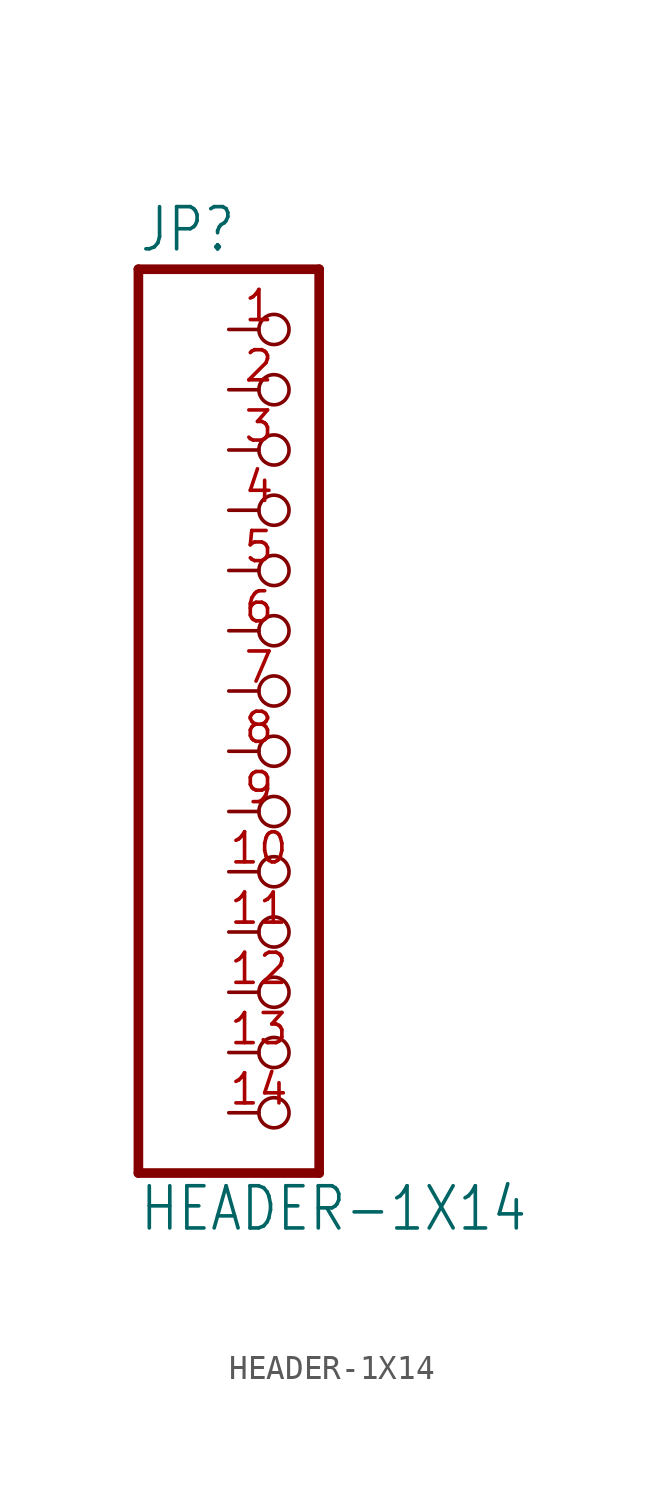
<source format=kicad_sym>
(kicad_symbol_lib
  (version 20211014)
  (generator kicad_symbol_editor)
  (symbol "HEADER-1X14"
    (property "Reference" "JP"
      (at -6.35 20.955 0)
      (effects (font (size 1.778 1.511)) (justify left bottom)))
    (property "Value" "HEADER-1X14"
      (at -6.35 -20.32 0)
      (effects (font (size 1.778 1.511)) (justify left bottom)))
    (property "ki_locked" ""
      (at 0 0 0)
      (effects (font (size 1.27 1.27))))
    (symbol "HEADER-1X14_1_0"
      (polyline (pts (xy -6.35 -17.78) (xy 1.27 -17.78)) (stroke (width 0.406) (type default) (color 0 0 0 0)) (fill (type none)))
      (polyline (pts (xy -6.35 20.32) (xy -6.35 -17.78)) (stroke (width 0.406) (type default) (color 0 0 0 0)) (fill (type none)))
      (polyline (pts (xy 1.27 -17.78) (xy 1.27 20.32)) (stroke (width 0.406) (type default) (color 0 0 0 0)) (fill (type none)))
      (polyline (pts (xy 1.27 20.32) (xy -6.35 20.32)) (stroke (width 0.406) (type default) (color 0 0 0 0)) (fill (type none)))
      (pin passive inverted (at -2.54 17.78 0) (length 2.54) (name "1" (effects (font (size 0 0)))) (number "1" (effects (font (size 1.27 1.27)))))
      (pin passive inverted (at -2.54 -5.08 0) (length 2.54) (name "10" (effects (font (size 0 0)))) (number "10" (effects (font (size 1.27 1.27)))))
      (pin passive inverted (at -2.54 -7.62 0) (length 2.54) (name "11" (effects (font (size 0 0)))) (number "11" (effects (font (size 1.27 1.27)))))
      (pin passive inverted (at -2.54 -10.16 0) (length 2.54) (name "12" (effects (font (size 0 0)))) (number "12" (effects (font (size 1.27 1.27)))))
      (pin passive inverted (at -2.54 -12.7 0) (length 2.54) (name "13" (effects (font (size 0 0)))) (number "13" (effects (font (size 1.27 1.27)))))
      (pin passive inverted (at -2.54 -15.24 0) (length 2.54) (name "14" (effects (font (size 0 0)))) (number "14" (effects (font (size 1.27 1.27)))))
      (pin passive inverted (at -2.54 15.24 0) (length 2.54) (name "2" (effects (font (size 0 0)))) (number "2" (effects (font (size 1.27 1.27)))))
      (pin passive inverted (at -2.54 12.7 0) (length 2.54) (name "3" (effects (font (size 0 0)))) (number "3" (effects (font (size 1.27 1.27)))))
      (pin passive inverted (at -2.54 10.16 0) (length 2.54) (name "4" (effects (font (size 0 0)))) (number "4" (effects (font (size 1.27 1.27)))))
      (pin passive inverted (at -2.54 7.62 0) (length 2.54) (name "5" (effects (font (size 0 0)))) (number "5" (effects (font (size 1.27 1.27)))))
      (pin passive inverted (at -2.54 5.08 0) (length 2.54) (name "6" (effects (font (size 0 0)))) (number "6" (effects (font (size 1.27 1.27)))))
      (pin passive inverted (at -2.54 2.54 0) (length 2.54) (name "7" (effects (font (size 0 0)))) (number "7" (effects (font (size 1.27 1.27)))))
      (pin passive inverted (at -2.54 0 0) (length 2.54) (name "8" (effects (font (size 0 0)))) (number "8" (effects (font (size 1.27 1.27)))))
      (pin passive inverted (at -2.54 -2.54 0) (length 2.54) (name "9" (effects (font (size 0 0)))) (number "9" (effects (font (size 1.27 1.27))))))))
</source>
